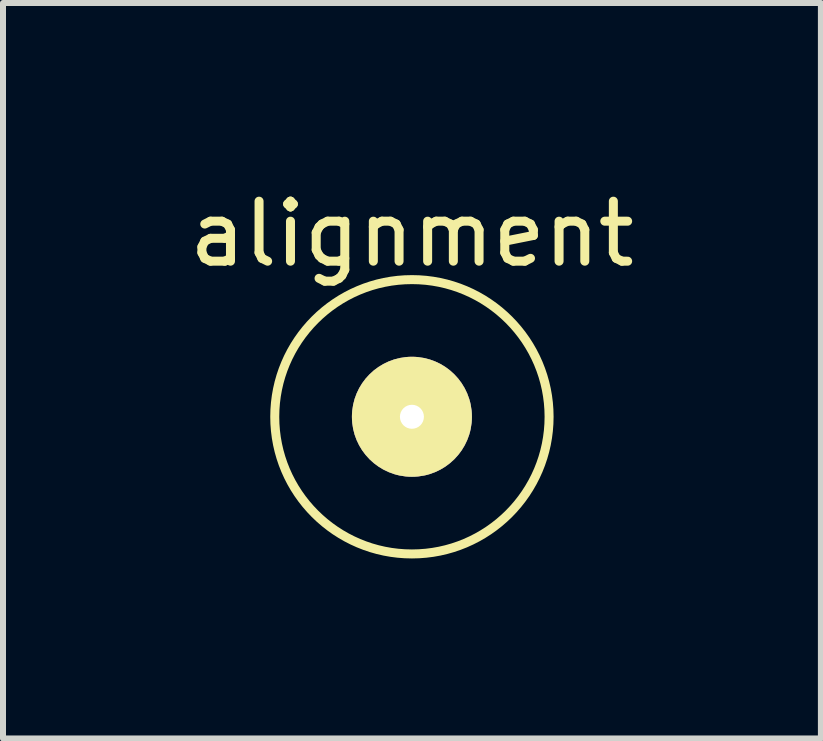
<source format=kicad_pcb>
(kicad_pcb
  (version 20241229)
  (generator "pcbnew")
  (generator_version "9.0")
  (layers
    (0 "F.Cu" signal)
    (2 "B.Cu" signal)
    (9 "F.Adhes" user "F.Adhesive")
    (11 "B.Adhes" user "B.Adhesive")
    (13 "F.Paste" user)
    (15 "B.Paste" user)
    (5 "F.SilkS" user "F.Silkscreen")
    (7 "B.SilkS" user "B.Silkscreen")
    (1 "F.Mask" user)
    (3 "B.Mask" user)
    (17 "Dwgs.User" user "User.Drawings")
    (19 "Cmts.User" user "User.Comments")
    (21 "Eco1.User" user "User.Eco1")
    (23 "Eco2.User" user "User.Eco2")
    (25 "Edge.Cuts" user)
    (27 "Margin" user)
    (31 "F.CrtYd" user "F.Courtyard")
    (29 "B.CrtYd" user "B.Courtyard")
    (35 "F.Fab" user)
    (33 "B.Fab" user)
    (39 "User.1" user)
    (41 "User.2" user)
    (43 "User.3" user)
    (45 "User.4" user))
  (footprint "alignment"
    (layer "F.Cu")
    (at 3.815 3.896)
    (property "Reference" "alignment" (at 0 -3.048 0) (layer "F.SilkS") (effects (font (size 1 1) (thickness 0.15))))
    (attr through_hole)
    (fp_circle (center 0 0) (end 0 -2.286) (stroke (width 0.15) (type solid)) (fill no) (layer "F.SilkS"))
    (pad "1" thru_hole circle (at 0 0) (size 2 2) (drill 0.4) (layers "*.Cu" "*.Mask" "F.SilkS")))
  (gr_rect
    (start -3 -3)
    (end 10.631 9.257)
    (stroke (width 0.1) (type default))
    (fill no)
    (layer "Edge.Cuts")))
</source>
